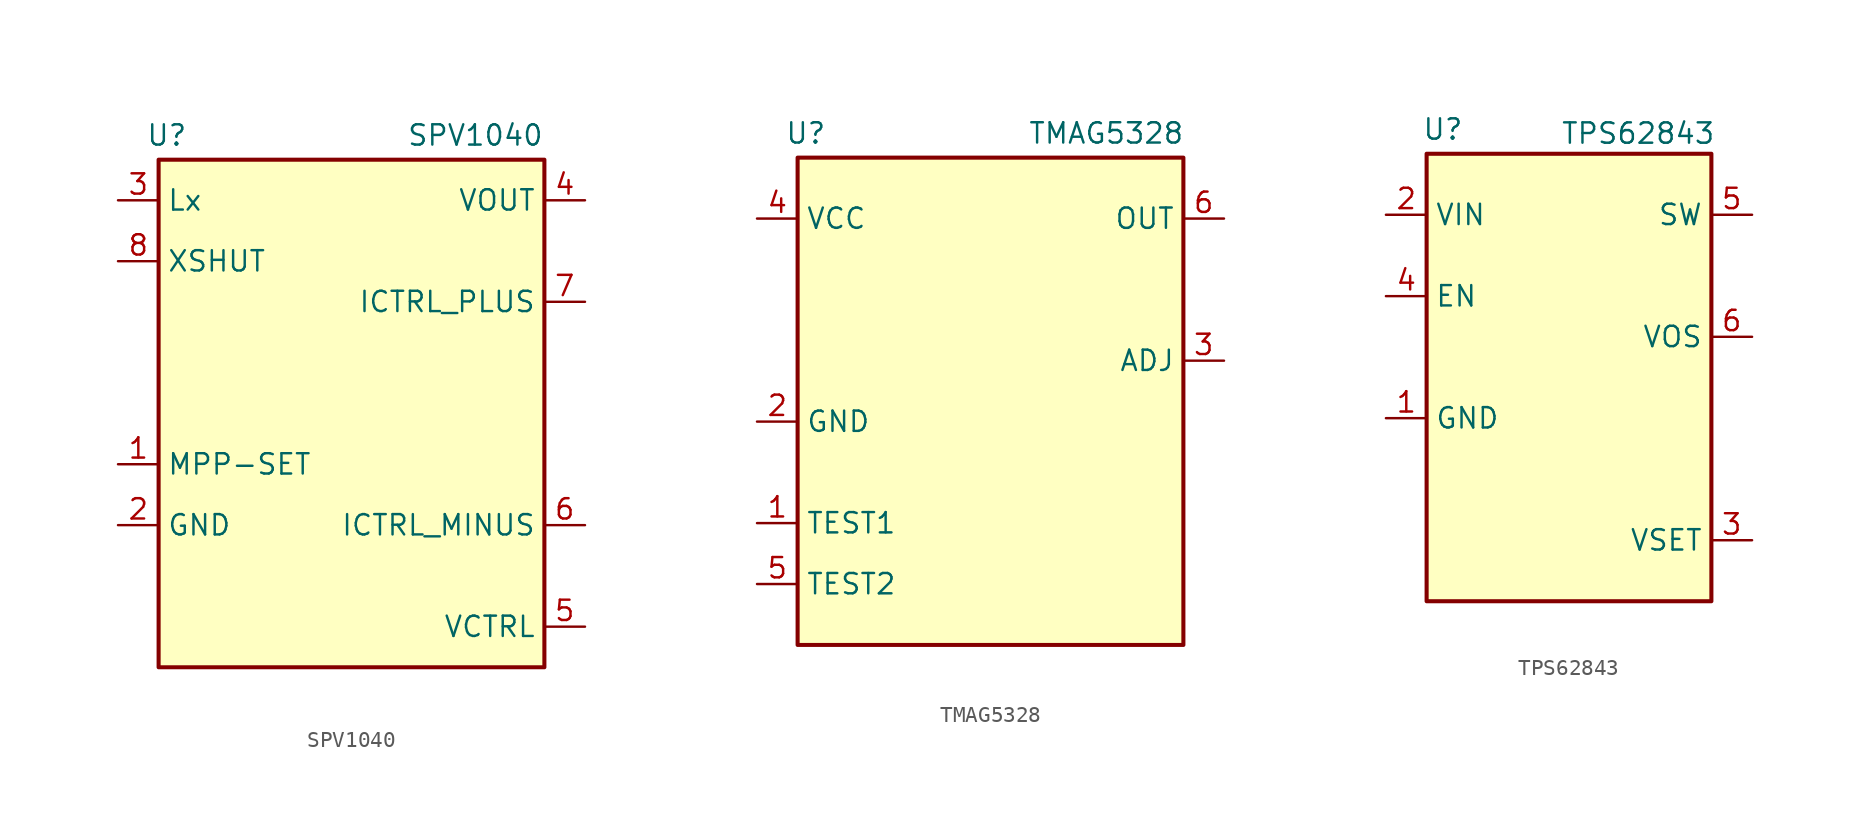
<source format=kicad_sym>
(kicad_symbol_lib
  (version 20231120)
  (generator "kicad_symbol_editor")
  (generator_version "8.0")
  (symbol "SPV1040"
    (property "Reference" "U"
      (at -12.192 11.684 0)
      (effects (font (size 1.27 1.27))))
    (property "Value" "SPV1040"
      (at 7.112 11.684 0)
      (effects (font (size 1.27 1.27))))
    (symbol "SPV1040_0_1"
      (rectangle (start -12.7 10.16) (end 11.43 -21.59) (stroke (width 0.254) (type default)) (fill (type background))))
    (symbol "SPV1040_1_1"
      (pin unspecified line (at -15.24 -8.89 0) (length 2.54) (name "MPP-SET" (effects (font (size 1.27 1.27)))) (number "1" (effects (font (size 1.27 1.27)))))
      (pin unspecified line (at -15.24 -12.7 0) (length 2.54) (name "GND" (effects (font (size 1.27 1.27)))) (number "2" (effects (font (size 1.27 1.27)))))
      (pin unspecified line (at -15.24 7.62 0) (length 2.54) (name "Lx" (effects (font (size 1.27 1.27)))) (number "3" (effects (font (size 1.27 1.27)))))
      (pin unspecified line (at 13.97 7.62 180) (length 2.54) (name "VOUT" (effects (font (size 1.27 1.27)))) (number "4" (effects (font (size 1.27 1.27)))))
      (pin unspecified line (at 13.97 -19.05 180) (length 2.54) (name "VCTRL" (effects (font (size 1.27 1.27)))) (number "5" (effects (font (size 1.27 1.27)))))
      (pin unspecified line (at 13.97 -12.7 180) (length 2.54) (name "ICTRL_MINUS" (effects (font (size 1.27 1.27)))) (number "6" (effects (font (size 1.27 1.27)))))
      (pin unspecified line (at 13.97 1.27 180) (length 2.54) (name "ICTRL_PLUS" (effects (font (size 1.27 1.27)))) (number "7" (effects (font (size 1.27 1.27)))))
      (pin unspecified line (at -15.24 3.81 0) (length 2.54) (name "XSHUT" (effects (font (size 1.27 1.27)))) (number "8" (effects (font (size 1.27 1.27)))))))
  (symbol "TMAG5328"
    (property "Reference" "U"
      (at -12.192 18.034 0)
      (effects (font (size 1.27 1.27))))
    (property "Value" "TMAG5328"
      (at 6.604 18.034 0)
      (effects (font (size 1.27 1.27))))
    (symbol "TMAG5328_0_1"
      (rectangle (start -12.7 16.51) (end 11.43 -13.97) (stroke (width 0.254) (type default)) (fill (type background))))
    (symbol "TMAG5328_1_1"
      (pin unspecified line (at -15.24 -6.35 0) (length 2.54) (name "TEST1" (effects (font (size 1.27 1.27)))) (number "1" (effects (font (size 1.27 1.27)))))
      (pin unspecified line (at -15.24 0 0) (length 2.54) (name "GND" (effects (font (size 1.27 1.27)))) (number "2" (effects (font (size 1.27 1.27)))))
      (pin unspecified line (at 13.97 3.81 180) (length 2.54) (name "ADJ" (effects (font (size 1.27 1.27)))) (number "3" (effects (font (size 1.27 1.27)))))
      (pin unspecified line (at -15.24 12.7 0) (length 2.54) (name "VCC" (effects (font (size 1.27 1.27)))) (number "4" (effects (font (size 1.27 1.27)))))
      (pin unspecified line (at -15.24 -10.16 0) (length 2.54) (name "TEST2" (effects (font (size 1.27 1.27)))) (number "5" (effects (font (size 1.27 1.27)))))
      (pin unspecified line (at 13.97 12.7 180) (length 2.54) (name "OUT" (effects (font (size 1.27 1.27)))) (number "6" (effects (font (size 1.27 1.27)))))))
  (symbol "TPS62843"
    (property "Reference" "U"
      (at -7.874 18.034 0)
      (effects (font (size 1.27 1.27))))
    (property "Value" "TPS62843"
      (at 4.318 17.78 0)
      (effects (font (size 1.27 1.27))))
    (symbol "TPS62843_0_1"
      (rectangle (start -8.89 16.51) (end 8.89 -11.43) (stroke (width 0.254) (type default)) (fill (type background))))
    (symbol "TPS62843_1_1"
      (pin unspecified line (at -11.43 0 0) (length 2.54) (name "GND" (effects (font (size 1.27 1.27)))) (number "1" (effects (font (size 1.27 1.27)))))
      (pin unspecified line (at -11.43 12.7 0) (length 2.54) (name "VIN" (effects (font (size 1.27 1.27)))) (number "2" (effects (font (size 1.27 1.27)))))
      (pin unspecified line (at 11.43 -7.62 180) (length 2.54) (name "VSET" (effects (font (size 1.27 1.27)))) (number "3" (effects (font (size 1.27 1.27)))))
      (pin unspecified line (at -11.43 7.62 0) (length 2.54) (name "EN" (effects (font (size 1.27 1.27)))) (number "4" (effects (font (size 1.27 1.27)))))
      (pin unspecified line (at 11.43 12.7 180) (length 2.54) (name "SW" (effects (font (size 1.27 1.27)))) (number "5" (effects (font (size 1.27 1.27)))))
      (pin unspecified line (at 11.43 5.08 180) (length 2.54) (name "VOS" (effects (font (size 1.27 1.27)))) (number "6" (effects (font (size 1.27 1.27))))))))
</source>
